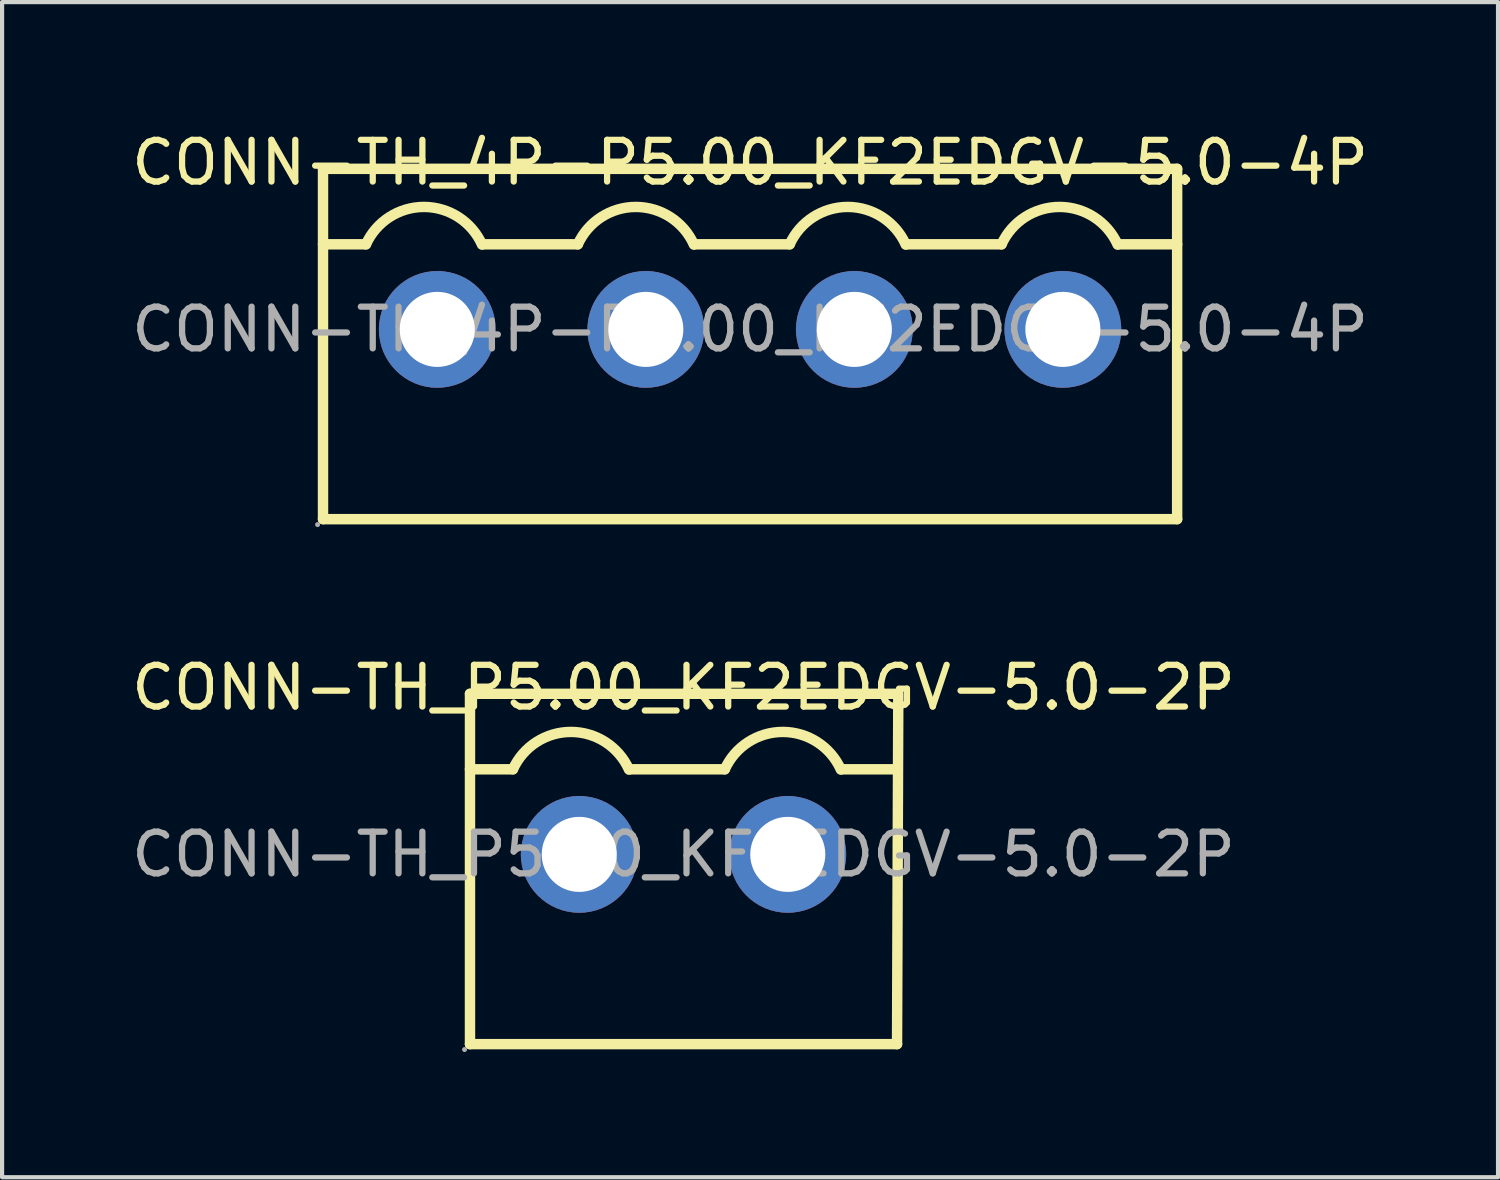
<source format=kicad_pcb>
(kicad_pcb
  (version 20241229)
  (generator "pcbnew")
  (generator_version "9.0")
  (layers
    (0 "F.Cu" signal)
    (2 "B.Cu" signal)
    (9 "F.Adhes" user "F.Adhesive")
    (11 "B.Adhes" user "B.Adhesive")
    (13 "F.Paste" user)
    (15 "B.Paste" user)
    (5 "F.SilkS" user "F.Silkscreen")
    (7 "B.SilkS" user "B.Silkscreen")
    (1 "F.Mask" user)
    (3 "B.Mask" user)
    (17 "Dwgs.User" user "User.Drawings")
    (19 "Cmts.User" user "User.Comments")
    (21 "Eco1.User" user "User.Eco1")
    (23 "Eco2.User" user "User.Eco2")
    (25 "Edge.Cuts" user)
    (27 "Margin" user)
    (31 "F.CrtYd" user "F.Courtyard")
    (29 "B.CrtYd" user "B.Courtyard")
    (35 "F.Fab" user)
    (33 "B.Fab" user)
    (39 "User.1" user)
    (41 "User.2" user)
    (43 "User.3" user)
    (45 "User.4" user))
  (footprint "CONN-TH_4P-P5.00_KF2EDGV-5.0-4P"
    (layer "F.Cu")
    (at 14.935 4.848)
    (property "Reference" "CONN-TH_4P-P5.00_KF2EDGV-5.0-4P" (at 0 -4 0) (layer "F.SilkS") (effects (font (size 1 1) (thickness 0.15))))
    (attr smd)
    (fp_line (start -10.24 -3.85) (end -10.24 4.55) (stroke (width 0.25) (type solid)) (layer "F.SilkS"))
    (fp_line (start -10.24 -2.04) (end -9.21 -2.04) (stroke (width 0.25) (type solid)) (layer "F.SilkS"))
    (fp_line (start -6.42 -2.04) (end -4.13 -2.04) (stroke (width 0.25) (type solid)) (layer "F.SilkS"))
    (fp_line (start -1.34 -2.04) (end 0.95 -2.04) (stroke (width 0.25) (type solid)) (layer "F.SilkS"))
    (fp_line (start 3.74 -2.04) (end 6.03 -2.04) (stroke (width 0.25) (type solid)) (layer "F.SilkS"))
    (fp_line (start 8.82 -2.04) (end 10.24 -2.04) (stroke (width 0.25) (type solid)) (layer "F.SilkS"))
    (fp_line (start 10.24 -3.85) (end -10.24 -3.85) (stroke (width 0.25) (type solid)) (layer "F.SilkS"))
    (fp_line (start 10.24 -3.85) (end 10.24 4.55) (stroke (width 0.25) (type solid)) (layer "F.SilkS"))
    (fp_line (start 10.24 4.55) (end -10.24 4.55) (stroke (width 0.25) (type solid)) (layer "F.SilkS"))
    (fp_arc (start -9.21 -2.04) (mid -7.816489 -2.936102) (end -6.427116 -2.033598) (stroke (width 0.25) (type solid)) (layer "F.SilkS"))
    (fp_arc (start -4.13 -2.04) (mid -2.736489 -2.936102) (end -1.347116 -2.033598) (stroke (width 0.25) (type solid)) (layer "F.SilkS"))
    (fp_arc (start 0.95 -2.04) (mid 2.343511 -2.936102) (end 3.732884 -2.033598) (stroke (width 0.25) (type solid)) (layer "F.SilkS"))
    (fp_arc (start 6.03 -2.04) (mid 7.423511 -2.936102) (end 8.812884 -2.033598) (stroke (width 0.25) (type solid)) (layer "F.SilkS"))
    (fp_circle (center -10.37 4.68) (end -10.34 4.68) (stroke (width 0.06) (type solid)) (fill no) (layer "F.Fab"))
    (fp_circle (center -7.5 0) (end -7.1 0) (stroke (width 0.8) (type solid)) (fill no) (layer "F.Fab"))
    (fp_circle (center -2.5 0) (end -2.1 0) (stroke (width 0.8) (type solid)) (fill no) (layer "F.Fab"))
    (fp_circle (center 2.5 0) (end 2.9 0) (stroke (width 0.8) (type solid)) (fill no) (layer "F.Fab"))
    (fp_circle (center 7.5 0) (end 7.9 0) (stroke (width 0.8) (type solid)) (fill no) (layer "F.Fab"))
    (fp_text user "${REFERENCE}" (at 0 0 0) (layer "F.Fab") (effects (font (size 1 1) (thickness 0.15))))
    (pad "1" thru_hole circle (at -7.5 0 180) (size 2.8 2.8) (drill 1.8) (layers "*.Cu" "*.Paste" "*.Mask"))
    (pad "2" thru_hole circle (at -2.5 0 180) (size 2.8 2.8) (drill 1.8) (layers "*.Cu" "*.Paste" "*.Mask"))
    (pad "3" thru_hole circle (at 2.5 0 180) (size 2.8 2.8) (drill 1.8) (layers "*.Cu" "*.Paste" "*.Mask"))
    (pad "4" thru_hole circle (at 7.5 0 180) (size 2.8 2.8) (drill 1.8) (layers "*.Cu" "*.Paste" "*.Mask")))
  (footprint "CONN-TH_P5.00_KF2EDGV-5.0-2P"
    (layer "F.Cu")
    (at 13.339 17.436)
    (property "Reference" "CONN-TH_P5.00_KF2EDGV-5.0-2P" (at 0 -4 0) (layer "F.SilkS") (effects (font (size 1 1) (thickness 0.15))))
    (attr smd)
    (fp_line (start -5.12 -3.85) (end -5.12 4.55) (stroke (width 0.25) (type solid)) (layer "F.SilkS"))
    (fp_line (start -5.12 -2.04) (end -4.09 -2.04) (stroke (width 0.25) (type solid)) (layer "F.SilkS"))
    (fp_line (start -1.3 -2.04) (end 0.99 -2.04) (stroke (width 0.25) (type solid)) (layer "F.SilkS"))
    (fp_line (start 3.78 -2.04) (end 5.12 -2.04) (stroke (width 0.25) (type solid)) (layer "F.SilkS"))
    (fp_line (start 5.12 -3.85) (end -5.12 -3.85) (stroke (width 0.25) (type solid)) (layer "F.SilkS"))
    (fp_line (start 5.12 4.55) (end -5.12 4.55) (stroke (width 0.25) (type solid)) (layer "F.SilkS"))
    (fp_line (start 5.15 -3.85) (end 5.12 4.55) (stroke (width 0.25) (type solid)) (layer "F.SilkS"))
    (fp_arc (start -4.09 -2.04) (mid -2.696489 -2.936102) (end -1.307116 -2.033598) (stroke (width 0.25) (type solid)) (layer "F.SilkS"))
    (fp_arc (start 0.99 -2.04) (mid 2.383511 -2.936102) (end 3.772884 -2.033598) (stroke (width 0.25) (type solid)) (layer "F.SilkS"))
    (fp_circle (center -5.25 4.68) (end -5.22 4.68) (stroke (width 0.06) (type solid)) (fill no) (layer "F.Fab"))
    (fp_circle (center -2.5 0) (end -2.1 0) (stroke (width 0.8) (type solid)) (fill no) (layer "F.Fab"))
    (fp_circle (center 2.5 0) (end 2.9 0) (stroke (width 0.8) (type solid)) (fill no) (layer "F.Fab"))
    (fp_text user "${REFERENCE}" (at 0 0 0) (layer "F.Fab") (effects (font (size 1 1) (thickness 0.15))))
    (pad "1" thru_hole circle (at -2.5 0 180) (size 2.8 2.8) (drill 1.8) (layers "*.Cu" "*.Paste" "*.Mask"))
    (pad "2" thru_hole circle (at 2.5 0 180) (size 2.8 2.8) (drill 1.8) (layers "*.Cu" "*.Paste" "*.Mask")))
  (gr_rect
    (start -3 -3)
    (end 32.869 25.177)
    (stroke (width 0.1) (type default))
    (fill no)
    (layer "Edge.Cuts")))
</source>
